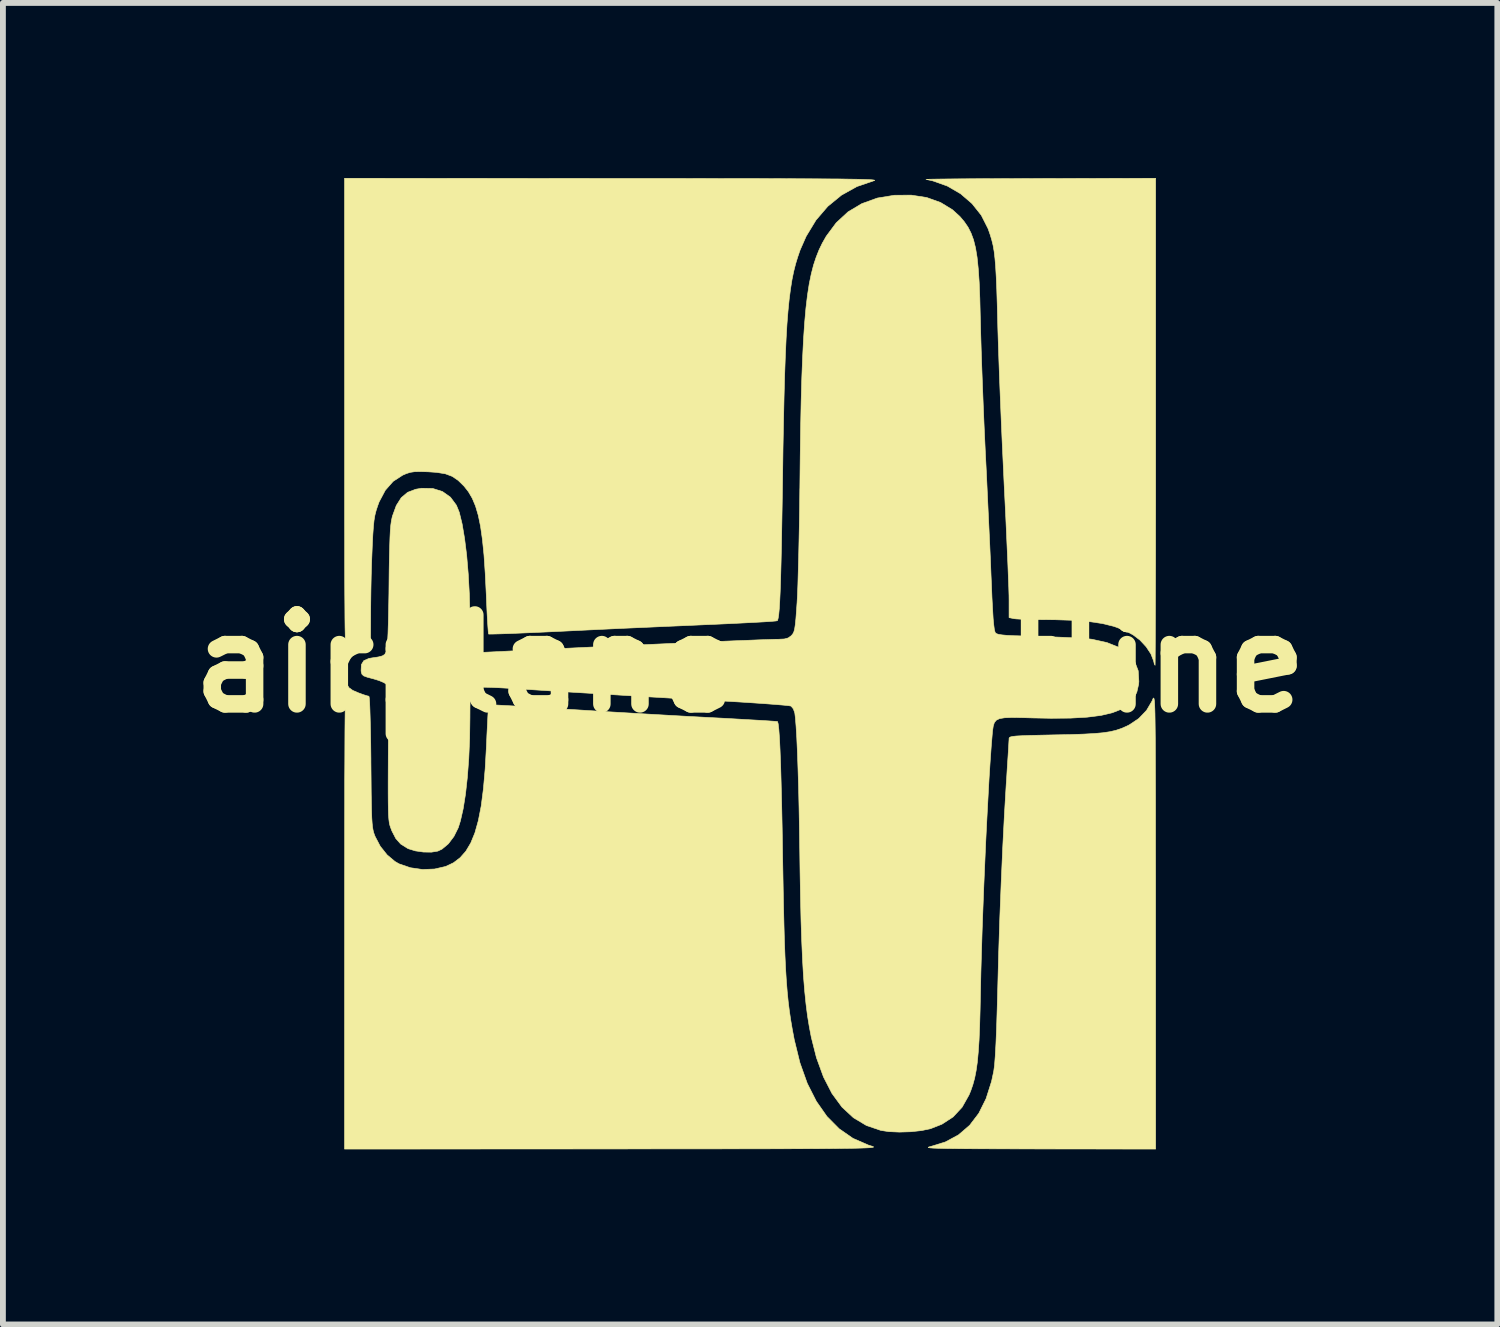
<source format=kicad_pcb>
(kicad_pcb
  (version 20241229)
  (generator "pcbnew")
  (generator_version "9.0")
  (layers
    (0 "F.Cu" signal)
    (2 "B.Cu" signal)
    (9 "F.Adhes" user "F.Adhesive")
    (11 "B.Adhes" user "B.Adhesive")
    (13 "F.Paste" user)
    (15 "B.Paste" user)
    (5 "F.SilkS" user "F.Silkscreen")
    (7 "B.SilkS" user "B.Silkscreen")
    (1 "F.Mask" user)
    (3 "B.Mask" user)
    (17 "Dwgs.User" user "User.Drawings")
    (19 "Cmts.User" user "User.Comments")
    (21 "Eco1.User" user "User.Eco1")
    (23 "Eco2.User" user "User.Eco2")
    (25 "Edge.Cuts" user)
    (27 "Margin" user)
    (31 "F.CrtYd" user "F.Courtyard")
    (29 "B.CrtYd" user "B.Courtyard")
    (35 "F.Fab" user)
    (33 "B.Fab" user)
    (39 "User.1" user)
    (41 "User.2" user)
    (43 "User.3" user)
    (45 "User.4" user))
  (footprint "airplane-outline"
    (layer "F.Cu")
    (at 9.804 8.323)
    (property "Reference" "airplane-outline" (at 0 0 0) (layer "F.SilkS") (effects (font (size 1.524 1.524) (thickness 0.3))))
    (attr through_hole)
    (fp_poly (pts (xy 6.95 -4.145) (xy 6.95 -3.667) (xy 6.95 -3.205) (xy 6.95 -2.761) (xy 6.949 -2.338) (xy 6.949 -1.94) (xy 6.948 -1.57) (xy 6.947 -1.231) (xy 6.946 -0.926) (xy 6.945 -0.657) (xy 6.944 -0.428) (xy 6.943 -0.242) (xy 6.942 -0.103) (xy 6.941 -0.012) (xy 6.94 0.027) (xy 6.94 0.028) (xy 6.927 0.004) (xy 6.914 -0.05) (xy 6.869 -0.166) (xy 6.787 -0.29) (xy 6.68 -0.405) (xy 6.561 -0.495) (xy 6.559 -0.496) (xy 6.405 -0.576) (xy 6.232 -0.64) (xy 6.036 -0.688) (xy 5.807 -0.722) (xy 5.541 -0.743) (xy 5.229 -0.753) (xy 5.091 -0.754) (xy 4.927 -0.755) (xy 4.776 -0.757) (xy 4.65 -0.762) (xy 4.561 -0.767) (xy 4.525 -0.771) (xy 4.438 -0.789) (xy 4.438 -1.087) (xy 4.437 -1.169) (xy 4.433 -1.301) (xy 4.426 -1.476) (xy 4.418 -1.69) (xy 4.407 -1.936) (xy 4.395 -2.207) (xy 4.382 -2.499) (xy 4.367 -2.804) (xy 4.353 -3.086) (xy 4.337 -3.431) (xy 4.32 -3.793) (xy 4.304 -4.162) (xy 4.289 -4.528) (xy 4.275 -4.882) (xy 4.263 -5.213) (xy 4.253 -5.512) (xy 4.245 -5.769) (xy 4.243 -5.862) (xy 4.235 -6.164) (xy 4.227 -6.417) (xy 4.218 -6.627) (xy 4.208 -6.801) (xy 4.196 -6.945) (xy 4.182 -7.065) (xy 4.164 -7.169) (xy 4.141 -7.262) (xy 4.114 -7.352) (xy 4.082 -7.444) (xy 4.076 -7.459) (xy 3.962 -7.684) (xy 3.803 -7.884) (xy 3.607 -8.053) (xy 3.38 -8.185) (xy 3.129 -8.274) (xy 3.015 -8.299) (xy 3.03 -8.3) (xy 3.097 -8.302) (xy 3.212 -8.304) (xy 3.37 -8.306) (xy 3.566 -8.308) (xy 3.798 -8.31) (xy 4.06 -8.311) (xy 4.348 -8.312) (xy 4.659 -8.313) (xy 4.947 -8.314) (xy 6.95 -8.318) (xy 6.95 -4.145)) (stroke (width 0.01) (type solid)) (fill yes) (layer "F.SilkS"))
    (fp_poly (pts (xy 6.919 0.592) (xy 6.924 0.609) (xy 6.929 0.641) (xy 6.932 0.691) (xy 6.935 0.762) (xy 6.938 0.856) (xy 6.94 0.976) (xy 6.942 1.125) (xy 6.944 1.304) (xy 6.945 1.518) (xy 6.946 1.768) (xy 6.947 2.057) (xy 6.948 2.387) (xy 6.948 2.762) (xy 6.948 3.184) (xy 6.949 3.655) (xy 6.949 4.178) (xy 6.949 4.403) (xy 6.95 8.318) (xy 4.933 8.316) (xy 4.548 8.315) (xy 4.215 8.314) (xy 3.932 8.313) (xy 3.694 8.312) (xy 3.5 8.31) (xy 3.345 8.308) (xy 3.226 8.305) (xy 3.141 8.302) (xy 3.086 8.298) (xy 3.057 8.293) (xy 3.052 8.288) (xy 3.067 8.281) (xy 3.087 8.276) (xy 3.347 8.196) (xy 3.571 8.075) (xy 3.762 7.911) (xy 3.919 7.705) (xy 4.044 7.454) (xy 4.138 7.158) (xy 4.175 6.985) (xy 4.189 6.883) (xy 4.201 6.726) (xy 4.213 6.513) (xy 4.224 6.245) (xy 4.234 5.921) (xy 4.243 5.596) (xy 4.259 4.984) (xy 4.279 4.366) (xy 4.303 3.753) (xy 4.329 3.158) (xy 4.358 2.593) (xy 4.389 2.069) (xy 4.397 1.954) (xy 4.408 1.77) (xy 4.419 1.604) (xy 4.428 1.463) (xy 4.434 1.356) (xy 4.438 1.293) (xy 4.438 1.28) (xy 4.443 1.267) (xy 4.461 1.256) (xy 4.498 1.247) (xy 4.56 1.24) (xy 4.654 1.235) (xy 4.784 1.23) (xy 4.957 1.226) (xy 5.179 1.221) (xy 5.227 1.22) (xy 5.496 1.215) (xy 5.718 1.207) (xy 5.898 1.197) (xy 6.045 1.184) (xy 6.166 1.166) (xy 6.269 1.142) (xy 6.361 1.111) (xy 6.449 1.073) (xy 6.497 1.049) (xy 6.659 0.941) (xy 6.794 0.8) (xy 6.887 0.642) (xy 6.894 0.626) (xy 6.901 0.607) (xy 6.908 0.594) (xy 6.914 0.588) (xy 6.919 0.592)) (stroke (width 0.01) (type solid)) (fill yes) (layer "F.SilkS"))
    (fp_poly (pts (xy -2.338 -8.315) (xy -1.736 -8.315) (xy -1.189 -8.315) (xy -0.692 -8.314) (xy -0.245 -8.313) (xy 0.156 -8.313) (xy 0.512 -8.312) (xy 0.826 -8.31) (xy 1.1 -8.309) (xy 1.336 -8.307) (xy 1.536 -8.306) (xy 1.703 -8.303) (xy 1.84 -8.301) (xy 1.947 -8.298) (xy 2.028 -8.295) (xy 2.085 -8.292) (xy 2.12 -8.288) (xy 2.135 -8.284) (xy 2.133 -8.279) (xy 2.121 -8.276) (xy 1.83 -8.176) (xy 1.566 -8.029) (xy 1.331 -7.837) (xy 1.129 -7.601) (xy 0.961 -7.324) (xy 0.857 -7.088) (xy 0.817 -6.972) (xy 0.78 -6.851) (xy 0.747 -6.721) (xy 0.718 -6.58) (xy 0.693 -6.422) (xy 0.67 -6.245) (xy 0.65 -6.045) (xy 0.632 -5.818) (xy 0.617 -5.561) (xy 0.604 -5.27) (xy 0.592 -4.941) (xy 0.582 -4.57) (xy 0.573 -4.155) (xy 0.564 -3.691) (xy 0.557 -3.182) (xy 0.55 -2.734) (xy 0.543 -2.34) (xy 0.537 -1.996) (xy 0.53 -1.7) (xy 0.523 -1.449) (xy 0.516 -1.24) (xy 0.508 -1.072) (xy 0.5 -0.94) (xy 0.491 -0.844) (xy 0.481 -0.779) (xy 0.471 -0.743) (xy 0.466 -0.736) (xy 0.435 -0.731) (xy 0.355 -0.724) (xy 0.23 -0.716) (xy 0.066 -0.707) (xy -0.13 -0.697) (xy -0.352 -0.686) (xy -0.596 -0.675) (xy -0.76 -0.668) (xy -1.074 -0.654) (xy -1.428 -0.639) (xy -1.807 -0.622) (xy -2.194 -0.605) (xy -2.574 -0.587) (xy -2.931 -0.57) (xy -3.218 -0.556) (xy -3.477 -0.544) (xy -3.718 -0.533) (xy -3.936 -0.524) (xy -4.125 -0.516) (xy -4.279 -0.511) (xy -4.394 -0.508) (xy -4.463 -0.507) (xy -4.481 -0.508) (xy -4.486 -0.539) (xy -4.492 -0.617) (xy -4.5 -0.735) (xy -4.508 -0.886) (xy -4.516 -1.061) (xy -4.521 -1.189) (xy -4.539 -1.551) (xy -4.56 -1.862) (xy -4.587 -2.128) (xy -4.619 -2.353) (xy -4.658 -2.542) (xy -4.705 -2.701) (xy -4.761 -2.834) (xy -4.827 -2.947) (xy -4.902 -3.042) (xy -5.003 -3.141) (xy -5.105 -3.21) (xy -5.223 -3.254) (xy -5.372 -3.278) (xy -5.517 -3.288) (xy -5.652 -3.292) (xy -5.748 -3.29) (xy -5.822 -3.279) (xy -5.889 -3.258) (xy -5.952 -3.231) (xy -6.116 -3.125) (xy -6.251 -2.972) (xy -6.358 -2.771) (xy -6.383 -2.702) (xy -6.409 -2.623) (xy -6.429 -2.545) (xy -6.444 -2.457) (xy -6.455 -2.349) (xy -6.465 -2.21) (xy -6.474 -2.029) (xy -6.477 -1.954) (xy -6.486 -1.737) (xy -6.493 -1.493) (xy -6.498 -1.245) (xy -6.501 -1.017) (xy -6.502 -0.903) (xy -6.504 -0.397) (xy -6.607 -0.378) (xy -6.751 -0.335) (xy -6.85 -0.267) (xy -6.903 -0.19) (xy -6.91 -0.18) (xy -6.915 -0.179) (xy -6.92 -0.188) (xy -6.925 -0.212) (xy -6.929 -0.251) (xy -6.932 -0.309) (xy -6.936 -0.389) (xy -6.938 -0.492) (xy -6.941 -0.622) (xy -6.943 -0.781) (xy -6.944 -0.971) (xy -6.946 -1.195) (xy -6.947 -1.456) (xy -6.948 -1.757) (xy -6.948 -2.099) (xy -6.949 -2.485) (xy -6.949 -2.918) (xy -6.949 -3.401) (xy -6.949 -3.936) (xy -6.949 -4.208) (xy -6.95 -8.318) (xy -2.338 -8.315)) (stroke (width 0.01) (type solid)) (fill yes) (layer "F.SilkS"))
    (fp_poly (pts (xy -6.91 0.353) (xy -6.873 0.412) (xy -6.811 0.457) (xy -6.714 0.499) (xy -6.627 0.531) (xy -6.559 0.552) (xy -6.532 0.558) (xy -6.526 0.585) (xy -6.52 0.663) (xy -6.515 0.786) (xy -6.51 0.949) (xy -6.505 1.148) (xy -6.501 1.376) (xy -6.498 1.629) (xy -6.498 1.682) (xy -6.495 1.962) (xy -6.493 2.193) (xy -6.49 2.379) (xy -6.487 2.527) (xy -6.483 2.643) (xy -6.477 2.731) (xy -6.47 2.799) (xy -6.461 2.852) (xy -6.45 2.896) (xy -6.436 2.936) (xy -6.425 2.963) (xy -6.338 3.129) (xy -6.221 3.276) (xy -6.087 3.389) (xy -6.016 3.43) (xy -5.821 3.497) (xy -5.614 3.527) (xy -5.407 3.519) (xy -5.216 3.475) (xy -5.083 3.412) (xy -4.969 3.325) (xy -4.871 3.214) (xy -4.787 3.073) (xy -4.716 2.9) (xy -4.657 2.69) (xy -4.608 2.44) (xy -4.57 2.145) (xy -4.54 1.803) (xy -4.518 1.413) (xy -4.51 1.222) (xy -4.501 1.049) (xy -4.494 0.904) (xy -4.487 0.793) (xy -4.483 0.724) (xy -4.48 0.704) (xy -4.452 0.704) (xy -4.373 0.707) (xy -4.25 0.714) (xy -4.087 0.723) (xy -3.891 0.734) (xy -3.666 0.748) (xy -3.418 0.763) (xy -3.165 0.779) (xy -2.842 0.799) (xy -2.487 0.821) (xy -2.114 0.843) (xy -1.739 0.865) (xy -1.374 0.886) (xy -1.035 0.905) (xy -0.735 0.921) (xy -0.698 0.923) (xy -0.449 0.936) (xy -0.219 0.949) (xy -0.012 0.961) (xy 0.166 0.971) (xy 0.308 0.98) (xy 0.409 0.987) (xy 0.463 0.991) (xy 0.47 0.992) (xy 0.481 1.03) (xy 0.492 1.122) (xy 0.503 1.269) (xy 0.513 1.471) (xy 0.523 1.729) (xy 0.532 2.041) (xy 0.541 2.409) (xy 0.55 2.833) (xy 0.557 3.294) (xy 0.565 3.728) (xy 0.572 4.112) (xy 0.58 4.449) (xy 0.588 4.747) (xy 0.598 5.008) (xy 0.609 5.239) (xy 0.622 5.444) (xy 0.637 5.629) (xy 0.654 5.799) (xy 0.674 5.958) (xy 0.697 6.112) (xy 0.723 6.265) (xy 0.753 6.424) (xy 0.756 6.441) (xy 0.854 6.84) (xy 0.98 7.193) (xy 1.135 7.499) (xy 1.317 7.759) (xy 1.526 7.97) (xy 1.762 8.134) (xy 2.025 8.249) (xy 2.079 8.266) (xy 2.099 8.272) (xy 2.112 8.278) (xy 2.116 8.283) (xy 2.107 8.287) (xy 2.084 8.291) (xy 2.045 8.295) (xy 1.986 8.298) (xy 1.906 8.301) (xy 1.802 8.304) (xy 1.672 8.306) (xy 1.513 8.308) (xy 1.323 8.31) (xy 1.1 8.311) (xy 0.84 8.312) (xy 0.543 8.313) (xy 0.204 8.314) (xy -0.177 8.314) (xy -0.604 8.315) (xy -1.08 8.315) (xy -1.605 8.315) (xy -2.183 8.316) (xy -2.352 8.316) (xy -6.95 8.318) (xy -6.949 4.291) (xy -6.949 3.731) (xy -6.948 3.223) (xy -6.948 2.767) (xy -6.947 2.359) (xy -6.947 1.997) (xy -6.945 1.678) (xy -6.944 1.401) (xy -6.943 1.162) (xy -6.941 0.96) (xy -6.939 0.791) (xy -6.936 0.654) (xy -6.933 0.545) (xy -6.93 0.463) (xy -6.926 0.404) (xy -6.922 0.367) (xy -6.918 0.35) (xy -6.912 0.348) (xy -6.91 0.353)) (stroke (width 0.01) (type solid)) (fill yes) (layer "F.SilkS"))
    (fp_poly (pts (xy 3.027 -7.988) (xy 3.264 -7.903) (xy 3.469 -7.778) (xy 3.596 -7.662) (xy 3.671 -7.573) (xy 3.734 -7.481) (xy 3.786 -7.379) (xy 3.829 -7.263) (xy 3.863 -7.126) (xy 3.89 -6.963) (xy 3.91 -6.767) (xy 3.926 -6.534) (xy 3.937 -6.258) (xy 3.945 -5.932) (xy 3.947 -5.875) (xy 3.952 -5.656) (xy 3.96 -5.391) (xy 3.97 -5.093) (xy 3.982 -4.772) (xy 3.995 -4.438) (xy 4.009 -4.103) (xy 4.024 -3.777) (xy 4.033 -3.587) (xy 4.049 -3.277) (xy 4.064 -2.954) (xy 4.079 -2.629) (xy 4.094 -2.312) (xy 4.108 -2.013) (xy 4.12 -1.743) (xy 4.129 -1.511) (xy 4.135 -1.382) (xy 4.145 -1.13) (xy 4.156 -0.929) (xy 4.165 -0.774) (xy 4.176 -0.661) (xy 4.186 -0.584) (xy 4.198 -0.54) (xy 4.205 -0.527) (xy 4.225 -0.513) (xy 4.26 -0.502) (xy 4.317 -0.493) (xy 4.403 -0.485) (xy 4.524 -0.479) (xy 4.686 -0.473) (xy 4.896 -0.467) (xy 4.948 -0.466) (xy 5.154 -0.46) (xy 5.354 -0.452) (xy 5.537 -0.443) (xy 5.692 -0.433) (xy 5.809 -0.424) (xy 5.859 -0.418) (xy 6.114 -0.362) (xy 6.321 -0.28) (xy 6.48 -0.172) (xy 6.59 -0.038) (xy 6.651 0.122) (xy 6.662 0.306) (xy 6.658 0.353) (xy 6.627 0.489) (xy 6.57 0.605) (xy 6.483 0.701) (xy 6.363 0.78) (xy 6.207 0.841) (xy 6.012 0.887) (xy 5.774 0.917) (xy 5.49 0.933) (xy 5.157 0.936) (xy 4.854 0.93) (xy 4.643 0.924) (xy 4.481 0.922) (xy 4.361 0.927) (xy 4.276 0.941) (xy 4.22 0.968) (xy 4.186 1.009) (xy 4.167 1.069) (xy 4.155 1.15) (xy 4.149 1.217) (xy 4.132 1.422) (xy 4.114 1.676) (xy 4.095 1.972) (xy 4.077 2.301) (xy 4.058 2.657) (xy 4.039 3.033) (xy 4.022 3.421) (xy 4.005 3.814) (xy 3.99 4.205) (xy 3.976 4.586) (xy 3.965 4.951) (xy 3.955 5.293) (xy 3.949 5.582) (xy 3.942 5.92) (xy 3.934 6.207) (xy 3.924 6.45) (xy 3.91 6.656) (xy 3.894 6.829) (xy 3.873 6.976) (xy 3.848 7.103) (xy 3.817 7.216) (xy 3.781 7.32) (xy 3.751 7.392) (xy 3.633 7.601) (xy 3.479 7.767) (xy 3.287 7.892) (xy 3.094 7.968) (xy 2.94 8.001) (xy 2.755 8.021) (xy 2.559 8.027) (xy 2.376 8.019) (xy 2.24 7.998) (xy 1.993 7.914) (xy 1.771 7.781) (xy 1.574 7.598) (xy 1.403 7.365) (xy 1.258 7.083) (xy 1.137 6.751) (xy 1.049 6.403) (xy 1.015 6.225) (xy 0.984 6.036) (xy 0.958 5.831) (xy 0.935 5.606) (xy 0.915 5.355) (xy 0.899 5.075) (xy 0.885 4.76) (xy 0.873 4.406) (xy 0.864 4.008) (xy 0.856 3.563) (xy 0.852 3.266) (xy 0.846 2.857) (xy 0.839 2.473) (xy 0.831 2.119) (xy 0.821 1.798) (xy 0.811 1.515) (xy 0.8 1.272) (xy 0.788 1.074) (xy 0.776 0.926) (xy 0.766 0.845) (xy 0.741 0.774) (xy 0.702 0.728) (xy 0.701 0.727) (xy 0.663 0.72) (xy 0.576 0.711) (xy 0.444 0.7) (xy 0.274 0.687) (xy 0.071 0.673) (xy -0.159 0.658) (xy -0.411 0.643) (xy -0.659 0.629) (xy -0.984 0.611) (xy -1.35 0.591) (xy -1.741 0.568) (xy -2.143 0.544) (xy -2.541 0.52) (xy -2.92 0.497) (xy -3.265 0.476) (xy -3.33 0.472) (xy -3.641 0.452) (xy -3.901 0.436) (xy -4.115 0.423) (xy -4.288 0.413) (xy -4.424 0.407) (xy -4.528 0.404) (xy -4.605 0.403) (xy -4.66 0.405) (xy -4.697 0.41) (xy -4.722 0.418) (xy -4.739 0.428) (xy -4.747 0.434) (xy -4.767 0.457) (xy -4.782 0.49) (xy -4.792 0.54) (xy -4.797 0.617) (xy -4.8 0.731) (xy -4.801 0.89) (xy -4.801 0.918) (xy -4.806 1.281) (xy -4.821 1.626) (xy -4.845 1.946) (xy -4.877 2.235) (xy -4.917 2.487) (xy -4.964 2.694) (xy -5.001 2.811) (xy -5.075 2.96) (xy -5.171 3.087) (xy -5.28 3.178) (xy -5.351 3.212) (xy -5.461 3.23) (xy -5.598 3.228) (xy -5.737 3.208) (xy -5.854 3.172) (xy -5.869 3.165) (xy -5.987 3.091) (xy -6.071 2.997) (xy -6.138 2.867) (xy -6.145 2.849) (xy -6.16 2.809) (xy -6.173 2.77) (xy -6.183 2.725) (xy -6.19 2.67) (xy -6.196 2.597) (xy -6.199 2.503) (xy -6.201 2.38) (xy -6.202 2.223) (xy -6.202 2.027) (xy -6.201 1.786) (xy -6.2 1.549) (xy -6.198 1.253) (xy -6.198 1.008) (xy -6.199 0.81) (xy -6.201 0.655) (xy -6.205 0.537) (xy -6.21 0.452) (xy -6.217 0.395) (xy -6.226 0.363) (xy -6.23 0.356) (xy -6.274 0.325) (xy -6.356 0.29) (xy -6.457 0.259) (xy -6.462 0.258) (xy -6.563 0.231) (xy -6.622 0.209) (xy -6.651 0.182) (xy -6.663 0.144) (xy -6.666 0.12) (xy -6.661 0.016) (xy -6.62 -0.051) (xy -6.534 -0.089) (xy -6.483 -0.098) (xy -6.371 -0.115) (xy -6.302 -0.133) (xy -6.262 -0.158) (xy -6.238 -0.196) (xy -6.229 -0.217) (xy -6.22 -0.266) (xy -6.213 -0.367) (xy -6.205 -0.516) (xy -6.199 -0.708) (xy -6.194 -0.939) (xy -6.189 -1.207) (xy -6.188 -1.326) (xy -6.185 -1.605) (xy -6.181 -1.835) (xy -6.176 -2.021) (xy -6.171 -2.169) (xy -6.165 -2.286) (xy -6.157 -2.376) (xy -6.147 -2.447) (xy -6.135 -2.504) (xy -6.13 -2.526) (xy -6.063 -2.71) (xy -5.978 -2.844) (xy -5.869 -2.936) (xy -5.73 -2.989) (xy -5.628 -3.006) (xy -5.437 -3.002) (xy -5.272 -2.95) (xy -5.135 -2.853) (xy -5.033 -2.715) (xy -4.984 -2.595) (xy -4.935 -2.395) (xy -4.893 -2.146) (xy -4.857 -1.858) (xy -4.83 -1.537) (xy -4.811 -1.191) (xy -4.802 -0.827) (xy -4.801 -0.68) (xy -4.8 -0.525) (xy -4.796 -0.415) (xy -4.788 -0.341) (xy -4.774 -0.291) (xy -4.754 -0.256) (xy -4.75 -0.251) (xy -4.699 -0.188) (xy -3.473 -0.248) (xy -3.159 -0.263) (xy -2.83 -0.279) (xy -2.491 -0.295) (xy -2.146 -0.311) (xy -1.802 -0.326) (xy -1.463 -0.341) (xy -1.135 -0.356) (xy -0.822 -0.369) (xy -0.53 -0.381) (xy -0.265 -0.392) (xy -0.03 -0.401) (xy 0.168 -0.409) (xy 0.325 -0.414) (xy 0.435 -0.418) (xy 0.483 -0.418) (xy 0.586 -0.423) (xy 0.653 -0.441) (xy 0.704 -0.478) (xy 0.708 -0.482) (xy 0.731 -0.509) (xy 0.749 -0.543) (xy 0.763 -0.592) (xy 0.774 -0.665) (xy 0.785 -0.771) (xy 0.796 -0.918) (xy 0.805 -1.047) (xy 0.812 -1.176) (xy 0.819 -1.353) (xy 0.825 -1.57) (xy 0.832 -1.82) (xy 0.838 -2.094) (xy 0.844 -2.385) (xy 0.849 -2.686) (xy 0.852 -2.987) (xy 0.853 -3.015) (xy 0.859 -3.56) (xy 0.866 -4.052) (xy 0.875 -4.496) (xy 0.886 -4.893) (xy 0.9 -5.249) (xy 0.916 -5.565) (xy 0.935 -5.845) (xy 0.957 -6.093) (xy 0.983 -6.312) (xy 1.013 -6.506) (xy 1.048 -6.677) (xy 1.087 -6.829) (xy 1.132 -6.965) (xy 1.181 -7.089) (xy 1.237 -7.205) (xy 1.299 -7.314) (xy 1.303 -7.322) (xy 1.475 -7.554) (xy 1.678 -7.742) (xy 1.914 -7.883) (xy 2.18 -7.979) (xy 2.473 -8.027) (xy 2.762 -8.029) (xy 3.027 -7.988)) (stroke (width 0.01) (type solid)) (fill yes) (layer "F.SilkS")))
  (gr_rect
    (start -3 -3)
    (end 22.609 19.646)
    (stroke (width 0.1) (type default))
    (fill no)
    (layer "Edge.Cuts")))
</source>
